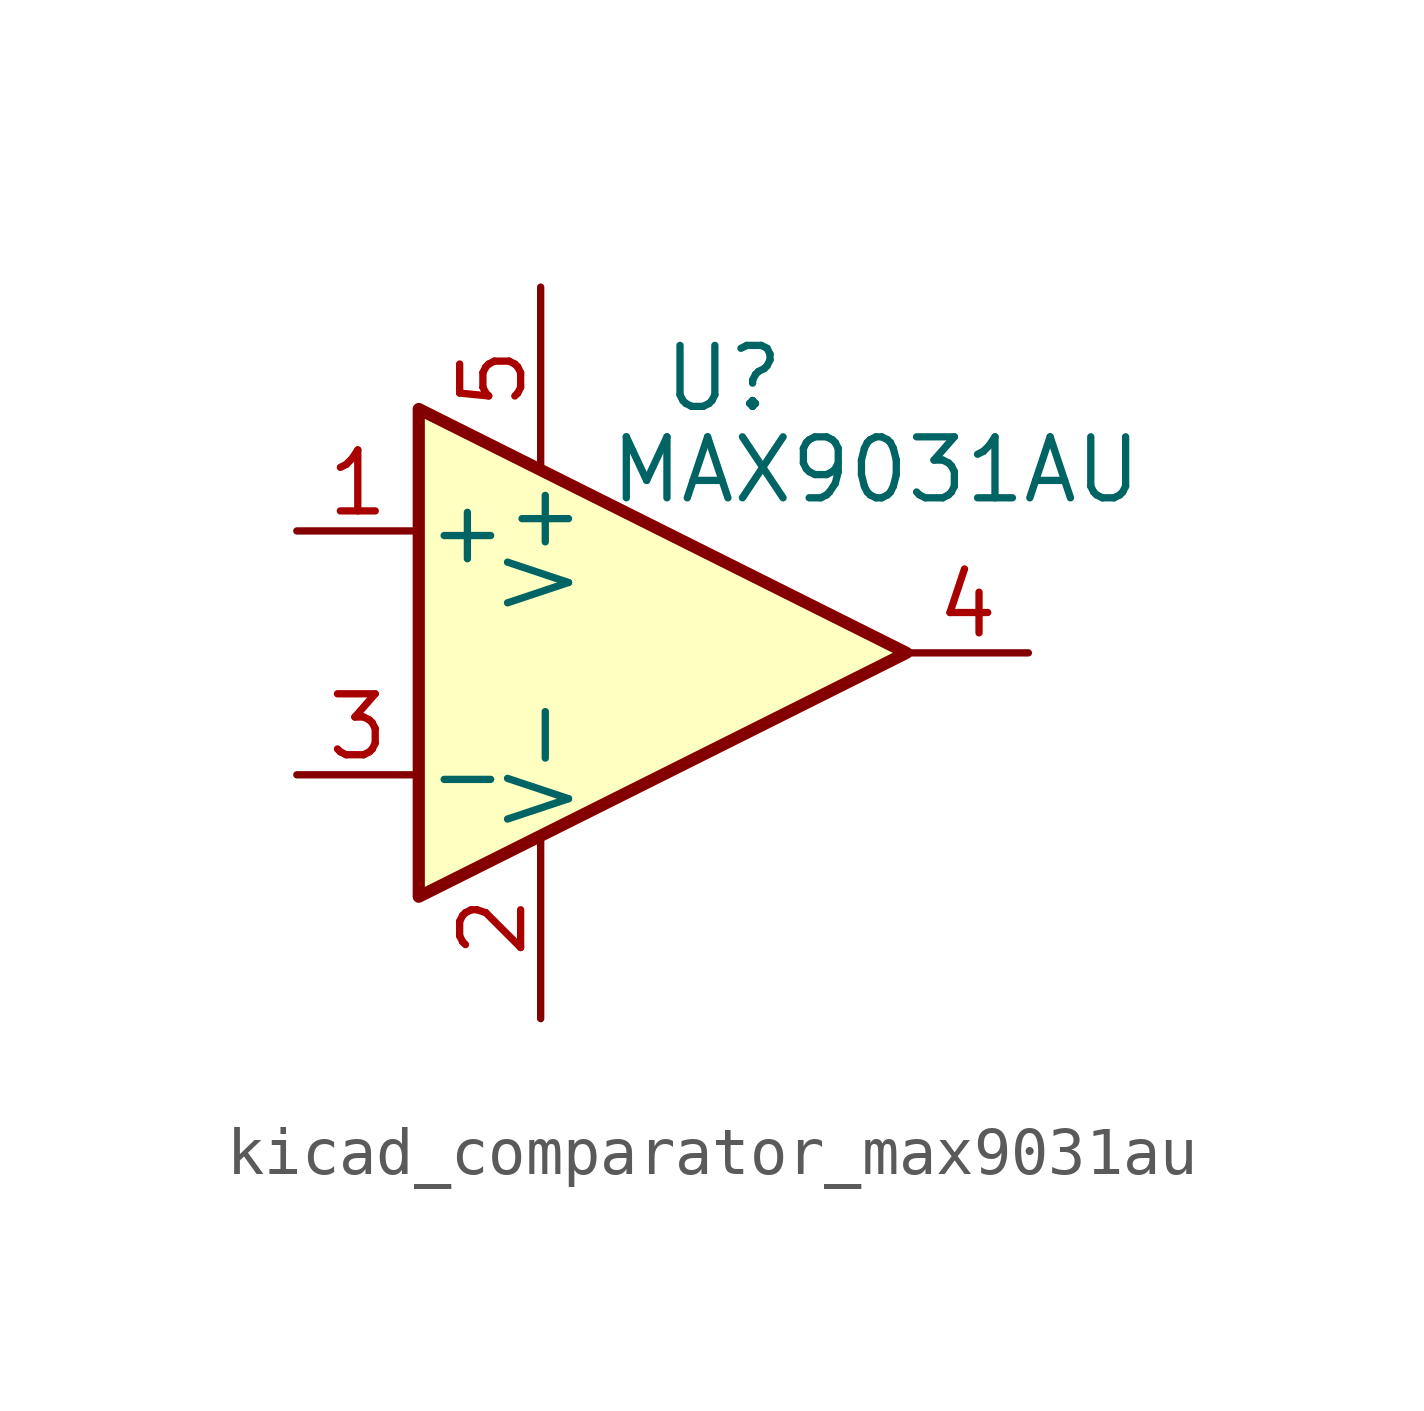
<source format=kicad_sym>
(kicad_symbol_lib
  (version 20220914)
  (generator kicad_symbol_editor)
  (symbol "kicad_comparator_max9031au"
    (pin_names
      (offset 0.127))
    (property "Reference" "U"
      (at 1.27 5.715 0)
      (effects (font (size 1.27 1.27))))
    (property "Value" "MAX9031AU"
      (at 4.445 3.81 0)
      (effects (font (size 1.27 1.27))))
    (symbol "kicad_comparator_max9031au_0_1"
      (polyline (pts (xy -5.08 5.08) (xy 5.08 0) (xy -5.08 -5.08) (xy -5.08 5.08)) (stroke (width 0.254) (type default)) (fill (type background))))
    (symbol "kicad_comparator_max9031au_1_1"
      (pin input line (at -7.62 2.54 0) (length 2.54) (name "+" (effects (font (size 1.27 1.27)))) (number "1" (effects (font (size 1.27 1.27)))))
      (pin power_in line (at -2.54 -7.62 90) (length 3.81) (name "V-" (effects (font (size 1.27 1.27)))) (number "2" (effects (font (size 1.27 1.27)))))
      (pin input line (at -7.62 -2.54 0) (length 2.54) (name "-" (effects (font (size 1.27 1.27)))) (number "3" (effects (font (size 1.27 1.27)))))
      (pin output line (at 7.62 0 180) (length 2.54) (name "~" (effects (font (size 1.27 1.27)))) (number "4" (effects (font (size 1.27 1.27)))))
      (pin power_in line (at -2.54 7.62 270) (length 3.81) (name "V+" (effects (font (size 1.27 1.27)))) (number "5" (effects (font (size 1.27 1.27))))))))
</source>
